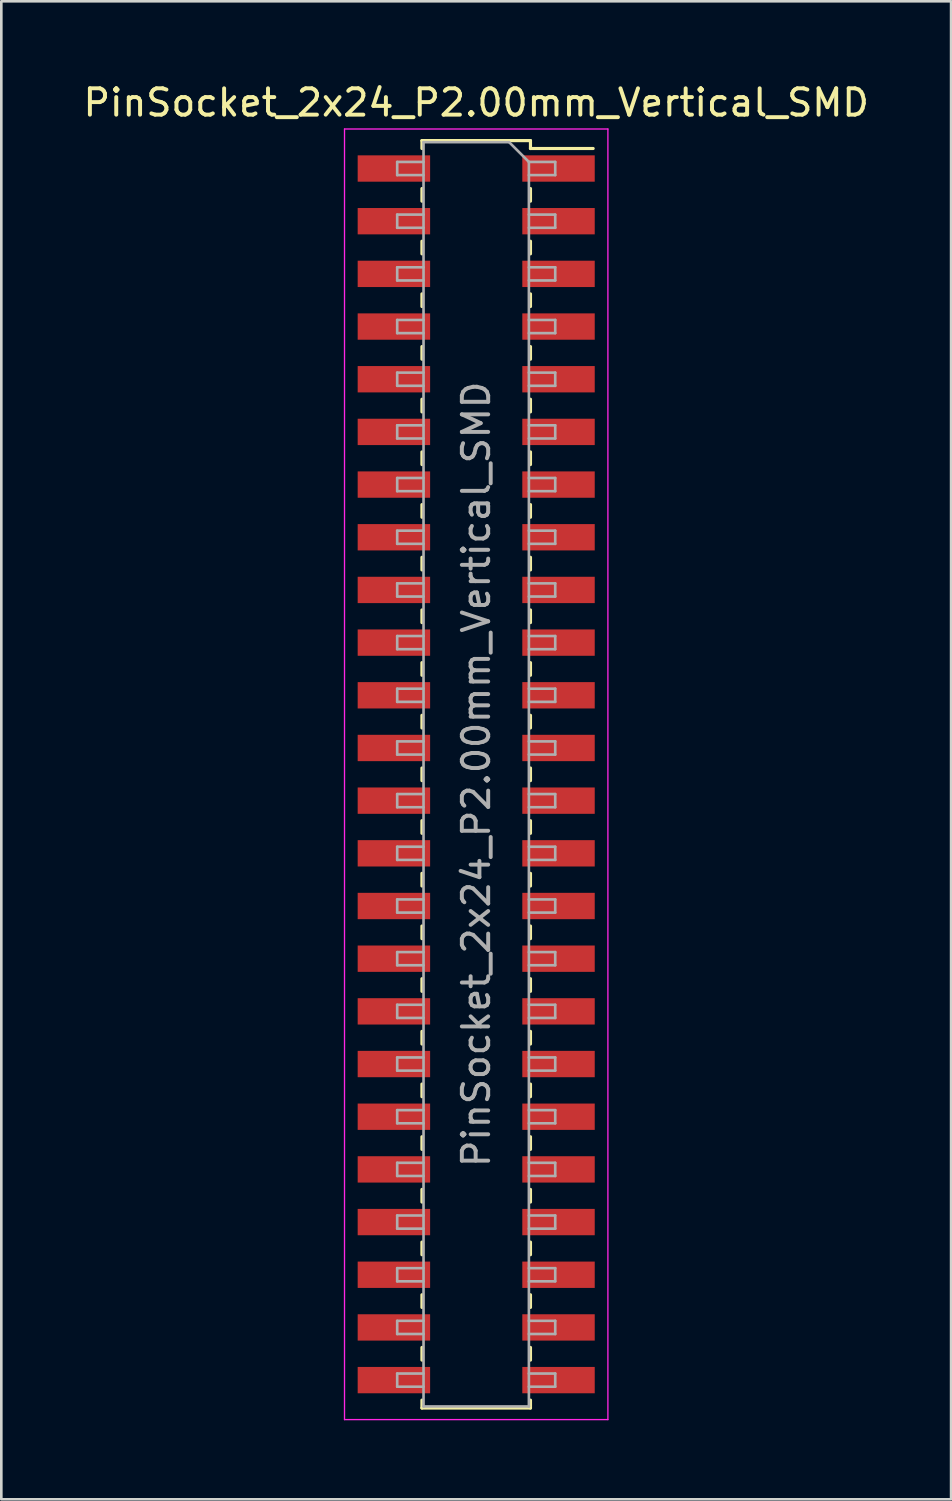
<source format=kicad_pcb>
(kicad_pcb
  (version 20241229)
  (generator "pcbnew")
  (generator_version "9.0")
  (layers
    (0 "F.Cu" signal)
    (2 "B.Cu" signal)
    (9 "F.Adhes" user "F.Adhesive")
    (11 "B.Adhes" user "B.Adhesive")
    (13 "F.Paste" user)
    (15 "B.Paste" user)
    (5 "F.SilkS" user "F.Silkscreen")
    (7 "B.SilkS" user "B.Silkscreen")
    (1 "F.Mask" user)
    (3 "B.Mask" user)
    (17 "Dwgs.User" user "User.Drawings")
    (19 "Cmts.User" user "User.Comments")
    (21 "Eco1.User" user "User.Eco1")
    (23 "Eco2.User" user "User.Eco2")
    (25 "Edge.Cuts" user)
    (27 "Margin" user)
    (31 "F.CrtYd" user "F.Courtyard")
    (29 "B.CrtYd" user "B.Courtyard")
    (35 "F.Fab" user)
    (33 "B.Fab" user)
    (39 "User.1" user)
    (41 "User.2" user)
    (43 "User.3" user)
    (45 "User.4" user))
  (footprint "PinSocket_2x24_P2.00mm_Vertical_SMD"
    (layer "F.Cu")
    (at 15.03 26.348)
    (property "Reference" "PinSocket_2x24_P2.00mm_Vertical_SMD" (at 0 -25.5 0) (layer "F.SilkS") (effects (font (size 1 1) (thickness 0.15))))
    (attr smd)
    (fp_line (start -2.06 -24.06) (end -2.06 -23.76) (stroke (width 0.12) (type solid)) (layer "F.SilkS"))
    (fp_line (start -2.06 -24.06) (end 2.06 -24.06) (stroke (width 0.12) (type solid)) (layer "F.SilkS"))
    (fp_line (start -2.06 -22.24) (end -2.06 -21.76) (stroke (width 0.12) (type solid)) (layer "F.SilkS"))
    (fp_line (start -2.06 -20.24) (end -2.06 -19.76) (stroke (width 0.12) (type solid)) (layer "F.SilkS"))
    (fp_line (start -2.06 -18.24) (end -2.06 -17.76) (stroke (width 0.12) (type solid)) (layer "F.SilkS"))
    (fp_line (start -2.06 -16.24) (end -2.06 -15.76) (stroke (width 0.12) (type solid)) (layer "F.SilkS"))
    (fp_line (start -2.06 -14.24) (end -2.06 -13.76) (stroke (width 0.12) (type solid)) (layer "F.SilkS"))
    (fp_line (start -2.06 -12.24) (end -2.06 -11.76) (stroke (width 0.12) (type solid)) (layer "F.SilkS"))
    (fp_line (start -2.06 -10.24) (end -2.06 -9.76) (stroke (width 0.12) (type solid)) (layer "F.SilkS"))
    (fp_line (start -2.06 -8.24) (end -2.06 -7.76) (stroke (width 0.12) (type solid)) (layer "F.SilkS"))
    (fp_line (start -2.06 -6.24) (end -2.06 -5.76) (stroke (width 0.12) (type solid)) (layer "F.SilkS"))
    (fp_line (start -2.06 -4.24) (end -2.06 -3.76) (stroke (width 0.12) (type solid)) (layer "F.SilkS"))
    (fp_line (start -2.06 -2.24) (end -2.06 -1.76) (stroke (width 0.12) (type solid)) (layer "F.SilkS"))
    (fp_line (start -2.06 -0.24) (end -2.06 0.24) (stroke (width 0.12) (type solid)) (layer "F.SilkS"))
    (fp_line (start -2.06 1.76) (end -2.06 2.24) (stroke (width 0.12) (type solid)) (layer "F.SilkS"))
    (fp_line (start -2.06 3.76) (end -2.06 4.24) (stroke (width 0.12) (type solid)) (layer "F.SilkS"))
    (fp_line (start -2.06 5.76) (end -2.06 6.24) (stroke (width 0.12) (type solid)) (layer "F.SilkS"))
    (fp_line (start -2.06 7.76) (end -2.06 8.24) (stroke (width 0.12) (type solid)) (layer "F.SilkS"))
    (fp_line (start -2.06 9.76) (end -2.06 10.24) (stroke (width 0.12) (type solid)) (layer "F.SilkS"))
    (fp_line (start -2.06 11.76) (end -2.06 12.24) (stroke (width 0.12) (type solid)) (layer "F.SilkS"))
    (fp_line (start -2.06 13.76) (end -2.06 14.24) (stroke (width 0.12) (type solid)) (layer "F.SilkS"))
    (fp_line (start -2.06 15.76) (end -2.06 16.24) (stroke (width 0.12) (type solid)) (layer "F.SilkS"))
    (fp_line (start -2.06 17.76) (end -2.06 18.24) (stroke (width 0.12) (type solid)) (layer "F.SilkS"))
    (fp_line (start -2.06 19.76) (end -2.06 20.24) (stroke (width 0.12) (type solid)) (layer "F.SilkS"))
    (fp_line (start -2.06 21.76) (end -2.06 22.24) (stroke (width 0.12) (type solid)) (layer "F.SilkS"))
    (fp_line (start -2.06 23.76) (end -2.06 24.06) (stroke (width 0.12) (type solid)) (layer "F.SilkS"))
    (fp_line (start -2.06 24.06) (end 2.06 24.06) (stroke (width 0.12) (type solid)) (layer "F.SilkS"))
    (fp_line (start 2.06 -24.06) (end 2.06 -23.76) (stroke (width 0.12) (type solid)) (layer "F.SilkS"))
    (fp_line (start 2.06 -23.76) (end 4.44 -23.76) (stroke (width 0.12) (type solid)) (layer "F.SilkS"))
    (fp_line (start 2.06 -22.24) (end 2.06 -21.76) (stroke (width 0.12) (type solid)) (layer "F.SilkS"))
    (fp_line (start 2.06 -20.24) (end 2.06 -19.76) (stroke (width 0.12) (type solid)) (layer "F.SilkS"))
    (fp_line (start 2.06 -18.24) (end 2.06 -17.76) (stroke (width 0.12) (type solid)) (layer "F.SilkS"))
    (fp_line (start 2.06 -16.24) (end 2.06 -15.76) (stroke (width 0.12) (type solid)) (layer "F.SilkS"))
    (fp_line (start 2.06 -14.24) (end 2.06 -13.76) (stroke (width 0.12) (type solid)) (layer "F.SilkS"))
    (fp_line (start 2.06 -12.24) (end 2.06 -11.76) (stroke (width 0.12) (type solid)) (layer "F.SilkS"))
    (fp_line (start 2.06 -10.24) (end 2.06 -9.76) (stroke (width 0.12) (type solid)) (layer "F.SilkS"))
    (fp_line (start 2.06 -8.24) (end 2.06 -7.76) (stroke (width 0.12) (type solid)) (layer "F.SilkS"))
    (fp_line (start 2.06 -6.24) (end 2.06 -5.76) (stroke (width 0.12) (type solid)) (layer "F.SilkS"))
    (fp_line (start 2.06 -4.24) (end 2.06 -3.76) (stroke (width 0.12) (type solid)) (layer "F.SilkS"))
    (fp_line (start 2.06 -2.24) (end 2.06 -1.76) (stroke (width 0.12) (type solid)) (layer "F.SilkS"))
    (fp_line (start 2.06 -0.24) (end 2.06 0.24) (stroke (width 0.12) (type solid)) (layer "F.SilkS"))
    (fp_line (start 2.06 1.76) (end 2.06 2.24) (stroke (width 0.12) (type solid)) (layer "F.SilkS"))
    (fp_line (start 2.06 3.76) (end 2.06 4.24) (stroke (width 0.12) (type solid)) (layer "F.SilkS"))
    (fp_line (start 2.06 5.76) (end 2.06 6.24) (stroke (width 0.12) (type solid)) (layer "F.SilkS"))
    (fp_line (start 2.06 7.76) (end 2.06 8.24) (stroke (width 0.12) (type solid)) (layer "F.SilkS"))
    (fp_line (start 2.06 9.76) (end 2.06 10.24) (stroke (width 0.12) (type solid)) (layer "F.SilkS"))
    (fp_line (start 2.06 11.76) (end 2.06 12.24) (stroke (width 0.12) (type solid)) (layer "F.SilkS"))
    (fp_line (start 2.06 13.76) (end 2.06 14.24) (stroke (width 0.12) (type solid)) (layer "F.SilkS"))
    (fp_line (start 2.06 15.76) (end 2.06 16.24) (stroke (width 0.12) (type solid)) (layer "F.SilkS"))
    (fp_line (start 2.06 17.76) (end 2.06 18.24) (stroke (width 0.12) (type solid)) (layer "F.SilkS"))
    (fp_line (start 2.06 19.76) (end 2.06 20.24) (stroke (width 0.12) (type solid)) (layer "F.SilkS"))
    (fp_line (start 2.06 21.76) (end 2.06 22.24) (stroke (width 0.12) (type solid)) (layer "F.SilkS"))
    (fp_line (start 2.06 23.76) (end 2.06 24.06) (stroke (width 0.12) (type solid)) (layer "F.SilkS"))
    (fp_line (start -5 -24.5) (end 5 -24.5) (stroke (width 0.05) (type solid)) (layer "F.CrtYd"))
    (fp_line (start -5 24.5) (end -5 -24.5) (stroke (width 0.05) (type solid)) (layer "F.CrtYd"))
    (fp_line (start 5 -24.5) (end 5 24.5) (stroke (width 0.05) (type solid)) (layer "F.CrtYd"))
    (fp_line (start 5 24.5) (end -5 24.5) (stroke (width 0.05) (type solid)) (layer "F.CrtYd"))
    (fp_line (start -3 -23.25) (end -2 -23.25) (stroke (width 0.1) (type solid)) (layer "F.Fab"))
    (fp_line (start -3 -22.75) (end -3 -23.25) (stroke (width 0.1) (type solid)) (layer "F.Fab"))
    (fp_line (start -3 -21.25) (end -2 -21.25) (stroke (width 0.1) (type solid)) (layer "F.Fab"))
    (fp_line (start -3 -20.75) (end -3 -21.25) (stroke (width 0.1) (type solid)) (layer "F.Fab"))
    (fp_line (start -3 -19.25) (end -2 -19.25) (stroke (width 0.1) (type solid)) (layer "F.Fab"))
    (fp_line (start -3 -18.75) (end -3 -19.25) (stroke (width 0.1) (type solid)) (layer "F.Fab"))
    (fp_line (start -3 -17.25) (end -2 -17.25) (stroke (width 0.1) (type solid)) (layer "F.Fab"))
    (fp_line (start -3 -16.75) (end -3 -17.25) (stroke (width 0.1) (type solid)) (layer "F.Fab"))
    (fp_line (start -3 -15.25) (end -2 -15.25) (stroke (width 0.1) (type solid)) (layer "F.Fab"))
    (fp_line (start -3 -14.75) (end -3 -15.25) (stroke (width 0.1) (type solid)) (layer "F.Fab"))
    (fp_line (start -3 -13.25) (end -2 -13.25) (stroke (width 0.1) (type solid)) (layer "F.Fab"))
    (fp_line (start -3 -12.75) (end -3 -13.25) (stroke (width 0.1) (type solid)) (layer "F.Fab"))
    (fp_line (start -3 -11.25) (end -2 -11.25) (stroke (width 0.1) (type solid)) (layer "F.Fab"))
    (fp_line (start -3 -10.75) (end -3 -11.25) (stroke (width 0.1) (type solid)) (layer "F.Fab"))
    (fp_line (start -3 -9.25) (end -2 -9.25) (stroke (width 0.1) (type solid)) (layer "F.Fab"))
    (fp_line (start -3 -8.75) (end -3 -9.25) (stroke (width 0.1) (type solid)) (layer "F.Fab"))
    (fp_line (start -3 -7.25) (end -2 -7.25) (stroke (width 0.1) (type solid)) (layer "F.Fab"))
    (fp_line (start -3 -6.75) (end -3 -7.25) (stroke (width 0.1) (type solid)) (layer "F.Fab"))
    (fp_line (start -3 -5.25) (end -2 -5.25) (stroke (width 0.1) (type solid)) (layer "F.Fab"))
    (fp_line (start -3 -4.75) (end -3 -5.25) (stroke (width 0.1) (type solid)) (layer "F.Fab"))
    (fp_line (start -3 -3.25) (end -2 -3.25) (stroke (width 0.1) (type solid)) (layer "F.Fab"))
    (fp_line (start -3 -2.75) (end -3 -3.25) (stroke (width 0.1) (type solid)) (layer "F.Fab"))
    (fp_line (start -3 -1.25) (end -2 -1.25) (stroke (width 0.1) (type solid)) (layer "F.Fab"))
    (fp_line (start -3 -0.75) (end -3 -1.25) (stroke (width 0.1) (type solid)) (layer "F.Fab"))
    (fp_line (start -3 0.75) (end -2 0.75) (stroke (width 0.1) (type solid)) (layer "F.Fab"))
    (fp_line (start -3 1.25) (end -3 0.75) (stroke (width 0.1) (type solid)) (layer "F.Fab"))
    (fp_line (start -3 2.75) (end -2 2.75) (stroke (width 0.1) (type solid)) (layer "F.Fab"))
    (fp_line (start -3 3.25) (end -3 2.75) (stroke (width 0.1) (type solid)) (layer "F.Fab"))
    (fp_line (start -3 4.75) (end -2 4.75) (stroke (width 0.1) (type solid)) (layer "F.Fab"))
    (fp_line (start -3 5.25) (end -3 4.75) (stroke (width 0.1) (type solid)) (layer "F.Fab"))
    (fp_line (start -3 6.75) (end -2 6.75) (stroke (width 0.1) (type solid)) (layer "F.Fab"))
    (fp_line (start -3 7.25) (end -3 6.75) (stroke (width 0.1) (type solid)) (layer "F.Fab"))
    (fp_line (start -3 8.75) (end -2 8.75) (stroke (width 0.1) (type solid)) (layer "F.Fab"))
    (fp_line (start -3 9.25) (end -3 8.75) (stroke (width 0.1) (type solid)) (layer "F.Fab"))
    (fp_line (start -3 10.75) (end -2 10.75) (stroke (width 0.1) (type solid)) (layer "F.Fab"))
    (fp_line (start -3 11.25) (end -3 10.75) (stroke (width 0.1) (type solid)) (layer "F.Fab"))
    (fp_line (start -3 12.75) (end -2 12.75) (stroke (width 0.1) (type solid)) (layer "F.Fab"))
    (fp_line (start -3 13.25) (end -3 12.75) (stroke (width 0.1) (type solid)) (layer "F.Fab"))
    (fp_line (start -3 14.75) (end -2 14.75) (stroke (width 0.1) (type solid)) (layer "F.Fab"))
    (fp_line (start -3 15.25) (end -3 14.75) (stroke (width 0.1) (type solid)) (layer "F.Fab"))
    (fp_line (start -3 16.75) (end -2 16.75) (stroke (width 0.1) (type solid)) (layer "F.Fab"))
    (fp_line (start -3 17.25) (end -3 16.75) (stroke (width 0.1) (type solid)) (layer "F.Fab"))
    (fp_line (start -3 18.75) (end -2 18.75) (stroke (width 0.1) (type solid)) (layer "F.Fab"))
    (fp_line (start -3 19.25) (end -3 18.75) (stroke (width 0.1) (type solid)) (layer "F.Fab"))
    (fp_line (start -3 20.75) (end -2 20.75) (stroke (width 0.1) (type solid)) (layer "F.Fab"))
    (fp_line (start -3 21.25) (end -3 20.75) (stroke (width 0.1) (type solid)) (layer "F.Fab"))
    (fp_line (start -3 22.75) (end -2 22.75) (stroke (width 0.1) (type solid)) (layer "F.Fab"))
    (fp_line (start -3 23.25) (end -3 22.75) (stroke (width 0.1) (type solid)) (layer "F.Fab"))
    (fp_line (start -2 -24) (end 1.25 -24) (stroke (width 0.1) (type solid)) (layer "F.Fab"))
    (fp_line (start -2 -22.75) (end -3 -22.75) (stroke (width 0.1) (type solid)) (layer "F.Fab"))
    (fp_line (start -2 -20.75) (end -3 -20.75) (stroke (width 0.1) (type solid)) (layer "F.Fab"))
    (fp_line (start -2 -18.75) (end -3 -18.75) (stroke (width 0.1) (type solid)) (layer "F.Fab"))
    (fp_line (start -2 -16.75) (end -3 -16.75) (stroke (width 0.1) (type solid)) (layer "F.Fab"))
    (fp_line (start -2 -14.75) (end -3 -14.75) (stroke (width 0.1) (type solid)) (layer "F.Fab"))
    (fp_line (start -2 -12.75) (end -3 -12.75) (stroke (width 0.1) (type solid)) (layer "F.Fab"))
    (fp_line (start -2 -10.75) (end -3 -10.75) (stroke (width 0.1) (type solid)) (layer "F.Fab"))
    (fp_line (start -2 -8.75) (end -3 -8.75) (stroke (width 0.1) (type solid)) (layer "F.Fab"))
    (fp_line (start -2 -6.75) (end -3 -6.75) (stroke (width 0.1) (type solid)) (layer "F.Fab"))
    (fp_line (start -2 -4.75) (end -3 -4.75) (stroke (width 0.1) (type solid)) (layer "F.Fab"))
    (fp_line (start -2 -2.75) (end -3 -2.75) (stroke (width 0.1) (type solid)) (layer "F.Fab"))
    (fp_line (start -2 -0.75) (end -3 -0.75) (stroke (width 0.1) (type solid)) (layer "F.Fab"))
    (fp_line (start -2 1.25) (end -3 1.25) (stroke (width 0.1) (type solid)) (layer "F.Fab"))
    (fp_line (start -2 3.25) (end -3 3.25) (stroke (width 0.1) (type solid)) (layer "F.Fab"))
    (fp_line (start -2 5.25) (end -3 5.25) (stroke (width 0.1) (type solid)) (layer "F.Fab"))
    (fp_line (start -2 7.25) (end -3 7.25) (stroke (width 0.1) (type solid)) (layer "F.Fab"))
    (fp_line (start -2 9.25) (end -3 9.25) (stroke (width 0.1) (type solid)) (layer "F.Fab"))
    (fp_line (start -2 11.25) (end -3 11.25) (stroke (width 0.1) (type solid)) (layer "F.Fab"))
    (fp_line (start -2 13.25) (end -3 13.25) (stroke (width 0.1) (type solid)) (layer "F.Fab"))
    (fp_line (start -2 15.25) (end -3 15.25) (stroke (width 0.1) (type solid)) (layer "F.Fab"))
    (fp_line (start -2 17.25) (end -3 17.25) (stroke (width 0.1) (type solid)) (layer "F.Fab"))
    (fp_line (start -2 19.25) (end -3 19.25) (stroke (width 0.1) (type solid)) (layer "F.Fab"))
    (fp_line (start -2 21.25) (end -3 21.25) (stroke (width 0.1) (type solid)) (layer "F.Fab"))
    (fp_line (start -2 23.25) (end -3 23.25) (stroke (width 0.1) (type solid)) (layer "F.Fab"))
    (fp_line (start -2 24) (end -2 -24) (stroke (width 0.1) (type solid)) (layer "F.Fab"))
    (fp_line (start 1.25 -24) (end 2 -23.25) (stroke (width 0.1) (type solid)) (layer "F.Fab"))
    (fp_line (start 2 -23.25) (end 2 24) (stroke (width 0.1) (type solid)) (layer "F.Fab"))
    (fp_line (start 2 -23.25) (end 3 -23.25) (stroke (width 0.1) (type solid)) (layer "F.Fab"))
    (fp_line (start 2 -21.25) (end 3 -21.25) (stroke (width 0.1) (type solid)) (layer "F.Fab"))
    (fp_line (start 2 -19.25) (end 3 -19.25) (stroke (width 0.1) (type solid)) (layer "F.Fab"))
    (fp_line (start 2 -17.25) (end 3 -17.25) (stroke (width 0.1) (type solid)) (layer "F.Fab"))
    (fp_line (start 2 -15.25) (end 3 -15.25) (stroke (width 0.1) (type solid)) (layer "F.Fab"))
    (fp_line (start 2 -13.25) (end 3 -13.25) (stroke (width 0.1) (type solid)) (layer "F.Fab"))
    (fp_line (start 2 -11.25) (end 3 -11.25) (stroke (width 0.1) (type solid)) (layer "F.Fab"))
    (fp_line (start 2 -9.25) (end 3 -9.25) (stroke (width 0.1) (type solid)) (layer "F.Fab"))
    (fp_line (start 2 -7.25) (end 3 -7.25) (stroke (width 0.1) (type solid)) (layer "F.Fab"))
    (fp_line (start 2 -5.25) (end 3 -5.25) (stroke (width 0.1) (type solid)) (layer "F.Fab"))
    (fp_line (start 2 -3.25) (end 3 -3.25) (stroke (width 0.1) (type solid)) (layer "F.Fab"))
    (fp_line (start 2 -1.25) (end 3 -1.25) (stroke (width 0.1) (type solid)) (layer "F.Fab"))
    (fp_line (start 2 0.75) (end 3 0.75) (stroke (width 0.1) (type solid)) (layer "F.Fab"))
    (fp_line (start 2 2.75) (end 3 2.75) (stroke (width 0.1) (type solid)) (layer "F.Fab"))
    (fp_line (start 2 4.75) (end 3 4.75) (stroke (width 0.1) (type solid)) (layer "F.Fab"))
    (fp_line (start 2 6.75) (end 3 6.75) (stroke (width 0.1) (type solid)) (layer "F.Fab"))
    (fp_line (start 2 8.75) (end 3 8.75) (stroke (width 0.1) (type solid)) (layer "F.Fab"))
    (fp_line (start 2 10.75) (end 3 10.75) (stroke (width 0.1) (type solid)) (layer "F.Fab"))
    (fp_line (start 2 12.75) (end 3 12.75) (stroke (width 0.1) (type solid)) (layer "F.Fab"))
    (fp_line (start 2 14.75) (end 3 14.75) (stroke (width 0.1) (type solid)) (layer "F.Fab"))
    (fp_line (start 2 16.75) (end 3 16.75) (stroke (width 0.1) (type solid)) (layer "F.Fab"))
    (fp_line (start 2 18.75) (end 3 18.75) (stroke (width 0.1) (type solid)) (layer "F.Fab"))
    (fp_line (start 2 20.75) (end 3 20.75) (stroke (width 0.1) (type solid)) (layer "F.Fab"))
    (fp_line (start 2 22.75) (end 3 22.75) (stroke (width 0.1) (type solid)) (layer "F.Fab"))
    (fp_line (start 2 24) (end -2 24) (stroke (width 0.1) (type solid)) (layer "F.Fab"))
    (fp_line (start 3 -23.25) (end 3 -22.75) (stroke (width 0.1) (type solid)) (layer "F.Fab"))
    (fp_line (start 3 -22.75) (end 2 -22.75) (stroke (width 0.1) (type solid)) (layer "F.Fab"))
    (fp_line (start 3 -21.25) (end 3 -20.75) (stroke (width 0.1) (type solid)) (layer "F.Fab"))
    (fp_line (start 3 -20.75) (end 2 -20.75) (stroke (width 0.1) (type solid)) (layer "F.Fab"))
    (fp_line (start 3 -19.25) (end 3 -18.75) (stroke (width 0.1) (type solid)) (layer "F.Fab"))
    (fp_line (start 3 -18.75) (end 2 -18.75) (stroke (width 0.1) (type solid)) (layer "F.Fab"))
    (fp_line (start 3 -17.25) (end 3 -16.75) (stroke (width 0.1) (type solid)) (layer "F.Fab"))
    (fp_line (start 3 -16.75) (end 2 -16.75) (stroke (width 0.1) (type solid)) (layer "F.Fab"))
    (fp_line (start 3 -15.25) (end 3 -14.75) (stroke (width 0.1) (type solid)) (layer "F.Fab"))
    (fp_line (start 3 -14.75) (end 2 -14.75) (stroke (width 0.1) (type solid)) (layer "F.Fab"))
    (fp_line (start 3 -13.25) (end 3 -12.75) (stroke (width 0.1) (type solid)) (layer "F.Fab"))
    (fp_line (start 3 -12.75) (end 2 -12.75) (stroke (width 0.1) (type solid)) (layer "F.Fab"))
    (fp_line (start 3 -11.25) (end 3 -10.75) (stroke (width 0.1) (type solid)) (layer "F.Fab"))
    (fp_line (start 3 -10.75) (end 2 -10.75) (stroke (width 0.1) (type solid)) (layer "F.Fab"))
    (fp_line (start 3 -9.25) (end 3 -8.75) (stroke (width 0.1) (type solid)) (layer "F.Fab"))
    (fp_line (start 3 -8.75) (end 2 -8.75) (stroke (width 0.1) (type solid)) (layer "F.Fab"))
    (fp_line (start 3 -7.25) (end 3 -6.75) (stroke (width 0.1) (type solid)) (layer "F.Fab"))
    (fp_line (start 3 -6.75) (end 2 -6.75) (stroke (width 0.1) (type solid)) (layer "F.Fab"))
    (fp_line (start 3 -5.25) (end 3 -4.75) (stroke (width 0.1) (type solid)) (layer "F.Fab"))
    (fp_line (start 3 -4.75) (end 2 -4.75) (stroke (width 0.1) (type solid)) (layer "F.Fab"))
    (fp_line (start 3 -3.25) (end 3 -2.75) (stroke (width 0.1) (type solid)) (layer "F.Fab"))
    (fp_line (start 3 -2.75) (end 2 -2.75) (stroke (width 0.1) (type solid)) (layer "F.Fab"))
    (fp_line (start 3 -1.25) (end 3 -0.75) (stroke (width 0.1) (type solid)) (layer "F.Fab"))
    (fp_line (start 3 -0.75) (end 2 -0.75) (stroke (width 0.1) (type solid)) (layer "F.Fab"))
    (fp_line (start 3 0.75) (end 3 1.25) (stroke (width 0.1) (type solid)) (layer "F.Fab"))
    (fp_line (start 3 1.25) (end 2 1.25) (stroke (width 0.1) (type solid)) (layer "F.Fab"))
    (fp_line (start 3 2.75) (end 3 3.25) (stroke (width 0.1) (type solid)) (layer "F.Fab"))
    (fp_line (start 3 3.25) (end 2 3.25) (stroke (width 0.1) (type solid)) (layer "F.Fab"))
    (fp_line (start 3 4.75) (end 3 5.25) (stroke (width 0.1) (type solid)) (layer "F.Fab"))
    (fp_line (start 3 5.25) (end 2 5.25) (stroke (width 0.1) (type solid)) (layer "F.Fab"))
    (fp_line (start 3 6.75) (end 3 7.25) (stroke (width 0.1) (type solid)) (layer "F.Fab"))
    (fp_line (start 3 7.25) (end 2 7.25) (stroke (width 0.1) (type solid)) (layer "F.Fab"))
    (fp_line (start 3 8.75) (end 3 9.25) (stroke (width 0.1) (type solid)) (layer "F.Fab"))
    (fp_line (start 3 9.25) (end 2 9.25) (stroke (width 0.1) (type solid)) (layer "F.Fab"))
    (fp_line (start 3 10.75) (end 3 11.25) (stroke (width 0.1) (type solid)) (layer "F.Fab"))
    (fp_line (start 3 11.25) (end 2 11.25) (stroke (width 0.1) (type solid)) (layer "F.Fab"))
    (fp_line (start 3 12.75) (end 3 13.25) (stroke (width 0.1) (type solid)) (layer "F.Fab"))
    (fp_line (start 3 13.25) (end 2 13.25) (stroke (width 0.1) (type solid)) (layer "F.Fab"))
    (fp_line (start 3 14.75) (end 3 15.25) (stroke (width 0.1) (type solid)) (layer "F.Fab"))
    (fp_line (start 3 15.25) (end 2 15.25) (stroke (width 0.1) (type solid)) (layer "F.Fab"))
    (fp_line (start 3 16.75) (end 3 17.25) (stroke (width 0.1) (type solid)) (layer "F.Fab"))
    (fp_line (start 3 17.25) (end 2 17.25) (stroke (width 0.1) (type solid)) (layer "F.Fab"))
    (fp_line (start 3 18.75) (end 3 19.25) (stroke (width 0.1) (type solid)) (layer "F.Fab"))
    (fp_line (start 3 19.25) (end 2 19.25) (stroke (width 0.1) (type solid)) (layer "F.Fab"))
    (fp_line (start 3 20.75) (end 3 21.25) (stroke (width 0.1) (type solid)) (layer "F.Fab"))
    (fp_line (start 3 21.25) (end 2 21.25) (stroke (width 0.1) (type solid)) (layer "F.Fab"))
    (fp_line (start 3 22.75) (end 3 23.25) (stroke (width 0.1) (type solid)) (layer "F.Fab"))
    (fp_line (start 3 23.25) (end 2 23.25) (stroke (width 0.1) (type solid)) (layer "F.Fab"))
    (fp_text user "${REFERENCE}" (at 0 0 90) (layer "F.Fab") (effects (font (size 1 1) (thickness 0.15))))
    (pad "1" smd rect (at 3.125 -23) (size 2.75 1) (layers "F.Cu" "F.Mask" "F.Paste"))
    (pad "2" smd rect (at -3.125 -23) (size 2.75 1) (layers "F.Cu" "F.Mask" "F.Paste"))
    (pad "3" smd rect (at 3.125 -21) (size 2.75 1) (layers "F.Cu" "F.Mask" "F.Paste"))
    (pad "4" smd rect (at -3.125 -21) (size 2.75 1) (layers "F.Cu" "F.Mask" "F.Paste"))
    (pad "5" smd rect (at 3.125 -19) (size 2.75 1) (layers "F.Cu" "F.Mask" "F.Paste"))
    (pad "6" smd rect (at -3.125 -19) (size 2.75 1) (layers "F.Cu" "F.Mask" "F.Paste"))
    (pad "7" smd rect (at 3.125 -17) (size 2.75 1) (layers "F.Cu" "F.Mask" "F.Paste"))
    (pad "8" smd rect (at -3.125 -17) (size 2.75 1) (layers "F.Cu" "F.Mask" "F.Paste"))
    (pad "9" smd rect (at 3.125 -15) (size 2.75 1) (layers "F.Cu" "F.Mask" "F.Paste"))
    (pad "10" smd rect (at -3.125 -15) (size 2.75 1) (layers "F.Cu" "F.Mask" "F.Paste"))
    (pad "11" smd rect (at 3.125 -13) (size 2.75 1) (layers "F.Cu" "F.Mask" "F.Paste"))
    (pad "12" smd rect (at -3.125 -13) (size 2.75 1) (layers "F.Cu" "F.Mask" "F.Paste"))
    (pad "13" smd rect (at 3.125 -11) (size 2.75 1) (layers "F.Cu" "F.Mask" "F.Paste"))
    (pad "14" smd rect (at -3.125 -11) (size 2.75 1) (layers "F.Cu" "F.Mask" "F.Paste"))
    (pad "15" smd rect (at 3.125 -9) (size 2.75 1) (layers "F.Cu" "F.Mask" "F.Paste"))
    (pad "16" smd rect (at -3.125 -9) (size 2.75 1) (layers "F.Cu" "F.Mask" "F.Paste"))
    (pad "17" smd rect (at 3.125 -7) (size 2.75 1) (layers "F.Cu" "F.Mask" "F.Paste"))
    (pad "18" smd rect (at -3.125 -7) (size 2.75 1) (layers "F.Cu" "F.Mask" "F.Paste"))
    (pad "19" smd rect (at 3.125 -5) (size 2.75 1) (layers "F.Cu" "F.Mask" "F.Paste"))
    (pad "20" smd rect (at -3.125 -5) (size 2.75 1) (layers "F.Cu" "F.Mask" "F.Paste"))
    (pad "21" smd rect (at 3.125 -3) (size 2.75 1) (layers "F.Cu" "F.Mask" "F.Paste"))
    (pad "22" smd rect (at -3.125 -3) (size 2.75 1) (layers "F.Cu" "F.Mask" "F.Paste"))
    (pad "23" smd rect (at 3.125 -1) (size 2.75 1) (layers "F.Cu" "F.Mask" "F.Paste"))
    (pad "24" smd rect (at -3.125 -1) (size 2.75 1) (layers "F.Cu" "F.Mask" "F.Paste"))
    (pad "25" smd rect (at 3.125 1) (size 2.75 1) (layers "F.Cu" "F.Mask" "F.Paste"))
    (pad "26" smd rect (at -3.125 1) (size 2.75 1) (layers "F.Cu" "F.Mask" "F.Paste"))
    (pad "27" smd rect (at 3.125 3) (size 2.75 1) (layers "F.Cu" "F.Mask" "F.Paste"))
    (pad "28" smd rect (at -3.125 3) (size 2.75 1) (layers "F.Cu" "F.Mask" "F.Paste"))
    (pad "29" smd rect (at 3.125 5) (size 2.75 1) (layers "F.Cu" "F.Mask" "F.Paste"))
    (pad "30" smd rect (at -3.125 5) (size 2.75 1) (layers "F.Cu" "F.Mask" "F.Paste"))
    (pad "31" smd rect (at 3.125 7) (size 2.75 1) (layers "F.Cu" "F.Mask" "F.Paste"))
    (pad "32" smd rect (at -3.125 7) (size 2.75 1) (layers "F.Cu" "F.Mask" "F.Paste"))
    (pad "33" smd rect (at 3.125 9) (size 2.75 1) (layers "F.Cu" "F.Mask" "F.Paste"))
    (pad "34" smd rect (at -3.125 9) (size 2.75 1) (layers "F.Cu" "F.Mask" "F.Paste"))
    (pad "35" smd rect (at 3.125 11) (size 2.75 1) (layers "F.Cu" "F.Mask" "F.Paste"))
    (pad "36" smd rect (at -3.125 11) (size 2.75 1) (layers "F.Cu" "F.Mask" "F.Paste"))
    (pad "37" smd rect (at 3.125 13) (size 2.75 1) (layers "F.Cu" "F.Mask" "F.Paste"))
    (pad "38" smd rect (at -3.125 13) (size 2.75 1) (layers "F.Cu" "F.Mask" "F.Paste"))
    (pad "39" smd rect (at 3.125 15) (size 2.75 1) (layers "F.Cu" "F.Mask" "F.Paste"))
    (pad "40" smd rect (at -3.125 15) (size 2.75 1) (layers "F.Cu" "F.Mask" "F.Paste"))
    (pad "41" smd rect (at 3.125 17) (size 2.75 1) (layers "F.Cu" "F.Mask" "F.Paste"))
    (pad "42" smd rect (at -3.125 17) (size 2.75 1) (layers "F.Cu" "F.Mask" "F.Paste"))
    (pad "43" smd rect (at 3.125 19) (size 2.75 1) (layers "F.Cu" "F.Mask" "F.Paste"))
    (pad "44" smd rect (at -3.125 19) (size 2.75 1) (layers "F.Cu" "F.Mask" "F.Paste"))
    (pad "45" smd rect (at 3.125 21) (size 2.75 1) (layers "F.Cu" "F.Mask" "F.Paste"))
    (pad "46" smd rect (at -3.125 21) (size 2.75 1) (layers "F.Cu" "F.Mask" "F.Paste"))
    (pad "47" smd rect (at 3.125 23) (size 2.75 1) (layers "F.Cu" "F.Mask" "F.Paste"))
    (pad "48" smd rect (at -3.125 23) (size 2.75 1) (layers "F.Cu" "F.Mask" "F.Paste")))
  (gr_rect
    (start -3 -3)
    (end 33.06 53.873)
    (stroke (width 0.1) (type default))
    (fill no)
    (layer "Edge.Cuts")))
</source>
